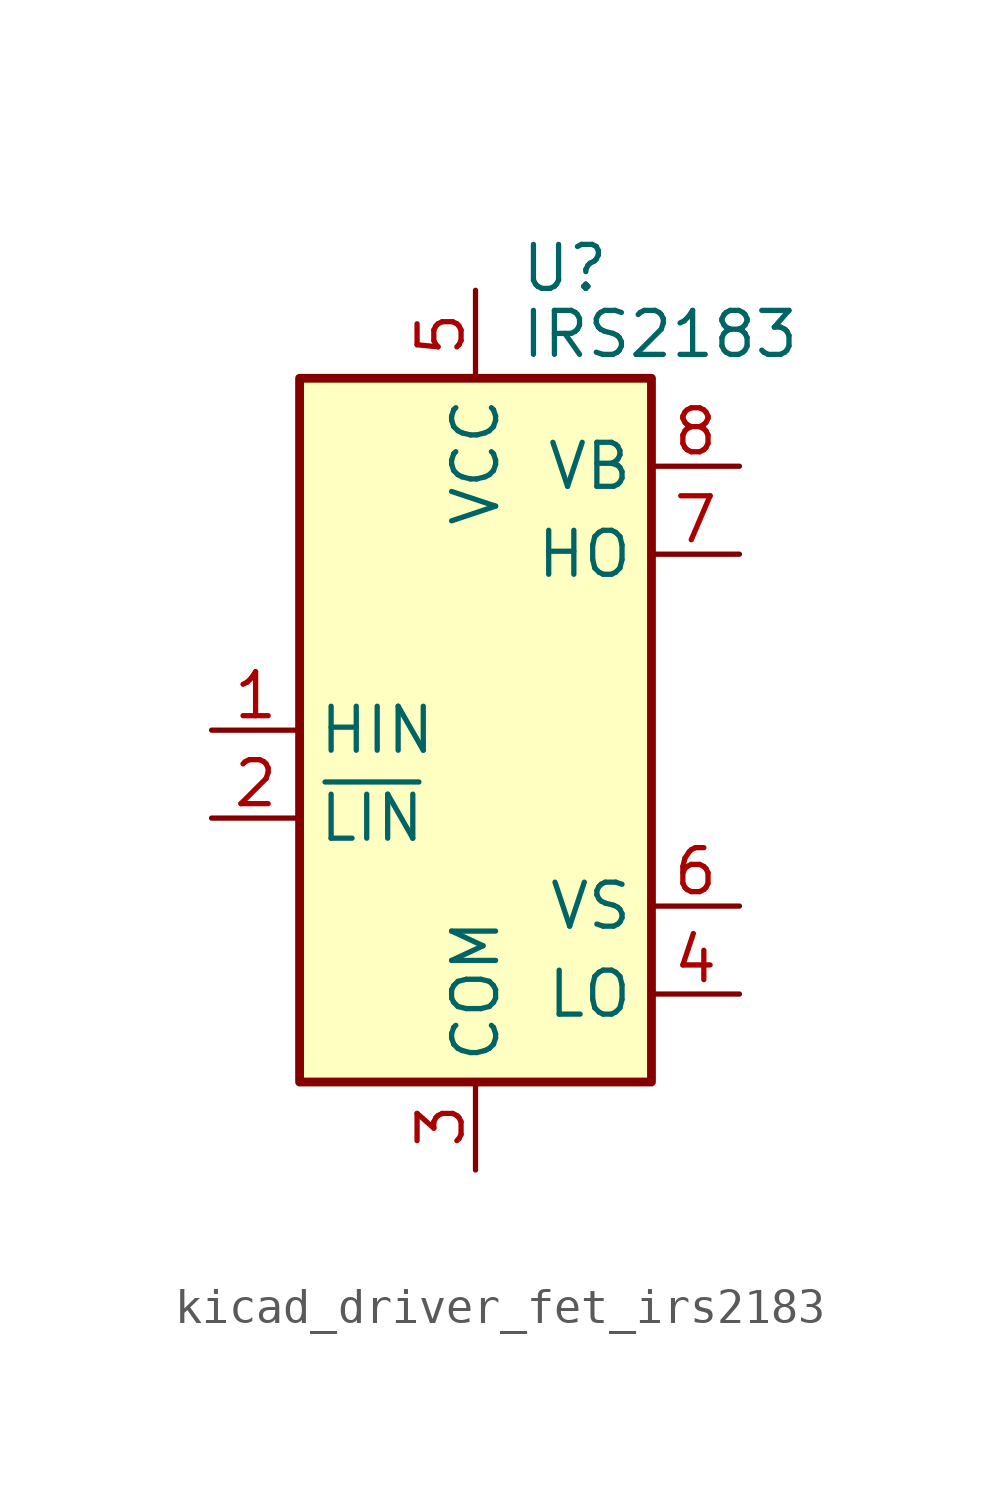
<source format=kicad_sym>
(kicad_symbol_lib
  (version 20220914)
  (generator kicad_symbol_editor)
  (symbol "kicad_driver_fet_irs2183"
    (property "Reference" "U"
      (at 1.27 13.335 0)
      (effects (font (size 1.27 1.27)) (justify left)))
    (property "Value" "IRS2183"
      (at 1.27 11.43 0)
      (effects (font (size 1.27 1.27)) (justify left)))
    (symbol "kicad_driver_fet_irs2183_0_1"
      (rectangle (start -5.08 -10.16) (end 5.08 10.16) (stroke (width 0.254) (type default)) (fill (type background))))
    (symbol "kicad_driver_fet_irs2183_1_1"
      (pin input line (at -7.62 0 0) (length 2.54) (name "HIN" (effects (font (size 1.27 1.27)))) (number "1" (effects (font (size 1.27 1.27)))))
      (pin input line (at -7.62 -2.54 0) (length 2.54) (name "~{LIN}" (effects (font (size 1.27 1.27)))) (number "2" (effects (font (size 1.27 1.27)))))
      (pin power_in line (at 0 -12.7 90) (length 2.54) (name "COM" (effects (font (size 1.27 1.27)))) (number "3" (effects (font (size 1.27 1.27)))))
      (pin output line (at 7.62 -7.62 180) (length 2.54) (name "LO" (effects (font (size 1.27 1.27)))) (number "4" (effects (font (size 1.27 1.27)))))
      (pin power_in line (at 0 12.7 270) (length 2.54) (name "VCC" (effects (font (size 1.27 1.27)))) (number "5" (effects (font (size 1.27 1.27)))))
      (pin passive line (at 7.62 -5.08 180) (length 2.54) (name "VS" (effects (font (size 1.27 1.27)))) (number "6" (effects (font (size 1.27 1.27)))))
      (pin output line (at 7.62 5.08 180) (length 2.54) (name "HO" (effects (font (size 1.27 1.27)))) (number "7" (effects (font (size 1.27 1.27)))))
      (pin passive line (at 7.62 7.62 180) (length 2.54) (name "VB" (effects (font (size 1.27 1.27)))) (number "8" (effects (font (size 1.27 1.27))))))))
</source>
